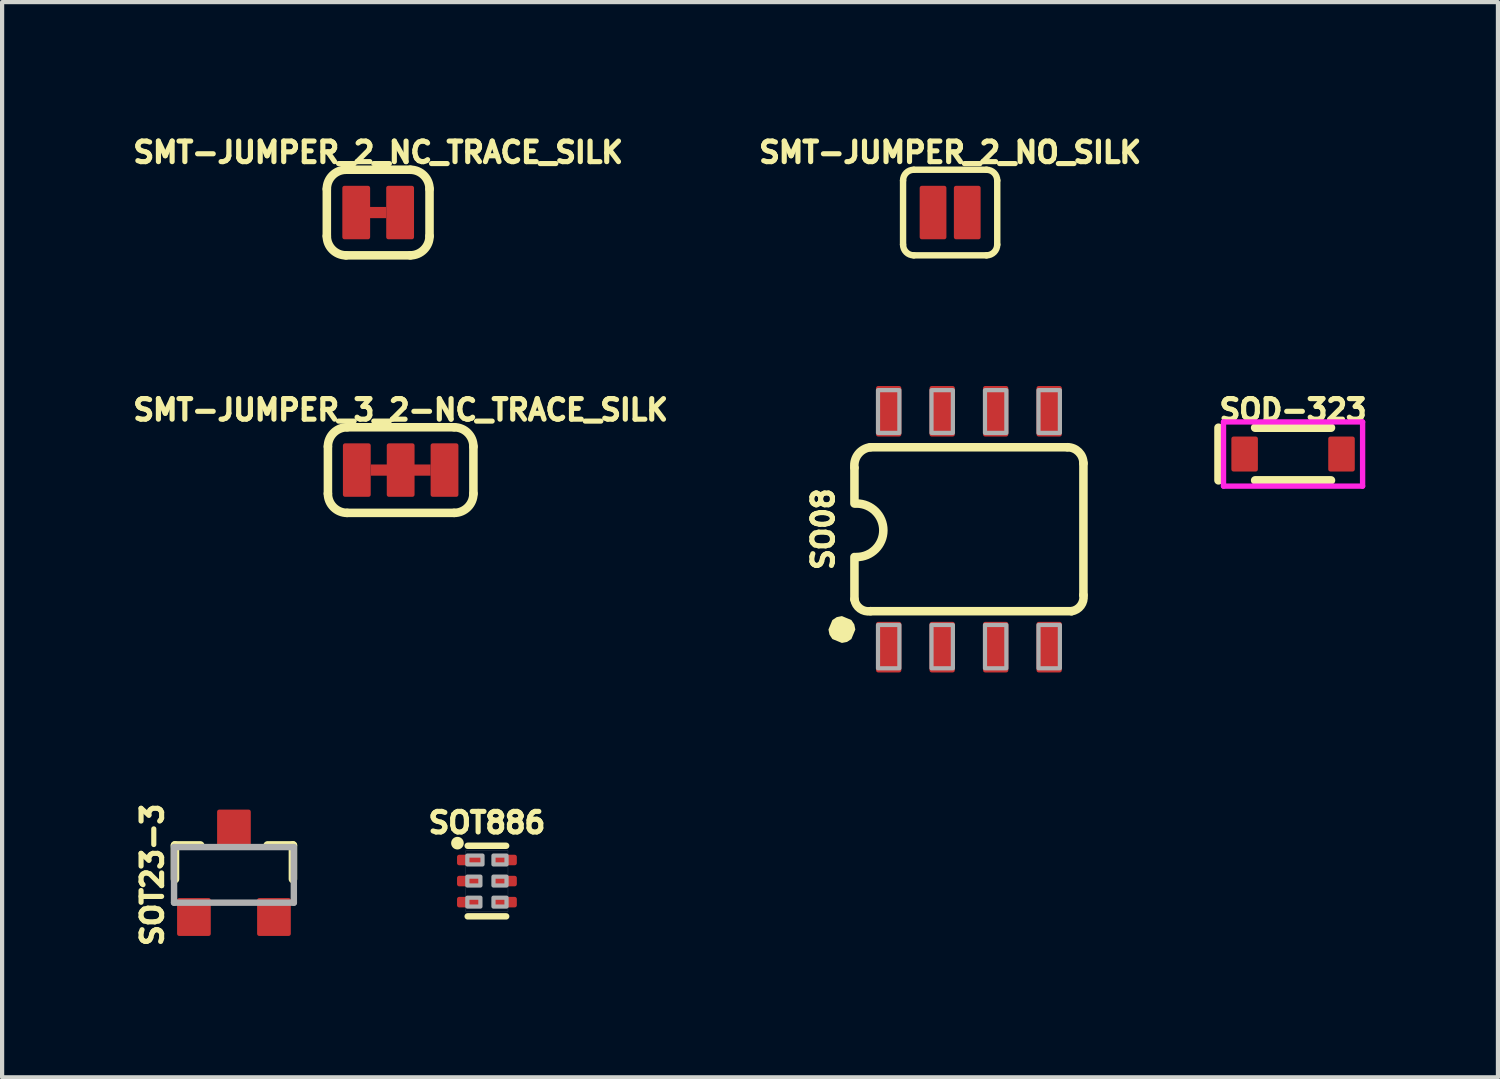
<source format=kicad_pcb>
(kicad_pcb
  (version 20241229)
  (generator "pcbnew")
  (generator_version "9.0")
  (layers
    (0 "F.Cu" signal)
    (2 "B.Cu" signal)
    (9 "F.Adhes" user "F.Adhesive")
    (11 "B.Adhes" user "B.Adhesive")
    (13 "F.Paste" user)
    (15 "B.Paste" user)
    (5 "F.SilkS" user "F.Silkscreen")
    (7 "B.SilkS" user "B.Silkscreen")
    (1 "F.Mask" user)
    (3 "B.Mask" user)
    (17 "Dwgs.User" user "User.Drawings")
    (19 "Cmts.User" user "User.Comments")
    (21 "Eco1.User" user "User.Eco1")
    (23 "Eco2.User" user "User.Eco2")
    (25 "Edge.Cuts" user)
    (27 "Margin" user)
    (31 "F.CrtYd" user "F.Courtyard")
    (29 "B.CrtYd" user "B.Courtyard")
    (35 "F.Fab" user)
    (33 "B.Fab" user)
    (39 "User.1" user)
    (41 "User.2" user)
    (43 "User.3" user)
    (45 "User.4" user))
  (footprint "SOT23-3"
    (layer "F.Cu")
    (at 2.504 17.72)
    (property "Reference" "SOT23-3" (at -1.651 0 90) (unlocked yes) (layer "F.SilkS") (effects (font (size 0.488 0.488) (thickness 0.122)) (justify bottom)))
    (fp_line (start -1.4 -0.7) (end -1.4 0.1) (stroke (width 0.203) (type solid)) (layer "F.SilkS"))
    (fp_line (start -0.8 -0.7) (end -1.4 -0.7) (stroke (width 0.203) (type solid)) (layer "F.SilkS"))
    (fp_line (start 0.8 -0.7) (end 1.4 -0.7) (stroke (width 0.203) (type solid)) (layer "F.SilkS"))
    (fp_line (start 1.4 -0.7) (end 1.4 0.1) (stroke (width 0.203) (type solid)) (layer "F.SilkS"))
    (fp_line (start -1.422 -0.66) (end 1.422 -0.66) (stroke (width 0.152) (type solid)) (layer "F.Fab"))
    (fp_line (start -1.422 0.66) (end -1.422 -0.66) (stroke (width 0.152) (type solid)) (layer "F.Fab"))
    (fp_line (start 1.422 -0.66) (end 1.422 0.66) (stroke (width 0.152) (type solid)) (layer "F.Fab"))
    (fp_line (start 1.422 0.66) (end -1.422 0.66) (stroke (width 0.152) (type solid)) (layer "F.Fab"))
    (pad "1" smd roundrect (at -0.95 1) (size 0.8 0.9) (layers "F.Cu" "F.Mask" "F.Paste") (roundrect_rratio 0.064))
    (pad "2" smd roundrect (at 0.95 1) (size 0.8 0.9) (layers "F.Cu" "F.Mask" "F.Paste") (roundrect_rratio 0.064))
    (pad "3" smd roundrect (at 0 -1.1) (size 0.8 0.9) (layers "F.Cu" "F.Mask" "F.Paste") (roundrect_rratio 0.064)))
  (footprint "SMT-JUMPER_2_NO_SILK"
    (layer "F.Cu")
    (at 19.507 1.996)
    (property "Reference" "SMT-JUMPER_2_NO_SILK" (at 0 -1.143 0) (unlocked yes) (layer "F.SilkS") (effects (font (size 0.488 0.488) (thickness 0.122)) (justify bottom)))
    (fp_line (start -1.118 0.762) (end -1.118 -0.762) (stroke (width 0.152) (type solid)) (layer "F.SilkS"))
    (fp_line (start -0.864 -1.016) (end 0.864 -1.016) (stroke (width 0.152) (type solid)) (layer "F.SilkS"))
    (fp_line (start 0.864 1.016) (end -0.864 1.016) (stroke (width 0.152) (type solid)) (layer "F.SilkS"))
    (fp_line (start 1.118 0.762) (end 1.118 -0.762) (stroke (width 0.152) (type solid)) (layer "F.SilkS"))
    (fp_arc (start -1.1176 -0.762) (mid -1.043205 -0.941605) (end -0.8636 -1.016) (stroke (width 0.1524) (type solid)) (layer "F.SilkS"))
    (fp_arc (start -0.8636 1.016) (mid -1.043205 0.941605) (end -1.1176 0.762) (stroke (width 0.1524) (type solid)) (layer "F.SilkS"))
    (fp_arc (start 0.8636 -1.016) (mid 1.043205 -0.941605) (end 1.1176 -0.762) (stroke (width 0.1524) (type solid)) (layer "F.SilkS"))
    (fp_arc (start 1.1176 0.762) (mid 1.043205 0.941605) (end 0.8636 1.016) (stroke (width 0.1524) (type solid)) (layer "F.SilkS"))
    (pad "1" smd roundrect (at -0.406 0) (size 0.635 1.27) (layers "F.Cu" "F.Mask") (roundrect_rratio 0.08))
    (pad "2" smd roundrect (at 0.406 0) (size 0.635 1.27) (layers "F.Cu" "F.Mask") (roundrect_rratio 0.08)))
  (footprint "SOT886"
    (layer "F.Cu")
    (at 8.51 17.867)
    (property "Reference" "SOT886" (at 0 -1.1 0) (unlocked yes) (layer "F.SilkS") (effects (font (size 0.488 0.488) (thickness 0.122)) (justify bottom)))
    (fp_line (start -0.457 -0.838) (end 0.457 -0.838) (stroke (width 0.152) (type solid)) (layer "F.SilkS"))
    (fp_line (start -0.457 0.838) (end 0.457 0.838) (stroke (width 0.152) (type solid)) (layer "F.SilkS"))
    (fp_circle (center -0.7 -0.9) (end -0.625 -0.9) (stroke (width 0.15) (type solid)) (fill yes) (layer "F.SilkS"))
    (fp_line (start -0.5 -0.725) (end 0.5 -0.725) (stroke (width 0.003) (type solid)) (layer "F.Fab"))
    (fp_line (start -0.5 0.725) (end -0.5 -0.725) (stroke (width 0.003) (type solid)) (layer "F.Fab"))
    (fp_line (start 0.5 -0.725) (end 0.5 0.725) (stroke (width 0.003) (type solid)) (layer "F.Fab"))
    (fp_line (start 0.5 0.725) (end -0.5 0.725) (stroke (width 0.003) (type solid)) (layer "F.Fab"))
    (fp_poly (pts (xy -0.465 -0.395) (xy -0.105 -0.395) (xy -0.105 -0.605) (xy -0.465 -0.605)) (stroke (width 0.1) (type default)) (fill no) (layer "F.Fab"))
    (fp_poly (pts (xy -0.465 0.105) (xy -0.155 0.105) (xy -0.155 -0.105) (xy -0.465 -0.105)) (stroke (width 0.1) (type default)) (fill no) (layer "F.Fab"))
    (fp_poly (pts (xy -0.465 0.605) (xy -0.155 0.605) (xy -0.155 0.395) (xy -0.465 0.395)) (stroke (width 0.1) (type default)) (fill no) (layer "F.Fab"))
    (fp_poly (pts (xy 0.465 -0.605) (xy 0.155 -0.605) (xy 0.155 -0.395) (xy 0.465 -0.395)) (stroke (width 0.1) (type default)) (fill no) (layer "F.Fab"))
    (fp_poly (pts (xy 0.465 -0.105) (xy 0.155 -0.105) (xy 0.155 0.105) (xy 0.465 0.105)) (stroke (width 0.1) (type default)) (fill no) (layer "F.Fab"))
    (fp_poly (pts (xy 0.465 0.395) (xy 0.155 0.395) (xy 0.155 0.605) (xy 0.465 0.605)) (stroke (width 0.1) (type default)) (fill no) (layer "F.Fab"))
    (pad "1" smd roundrect (at -0.405 -0.5) (size 0.61 0.25) (layers "F.Cu" "F.Mask" "F.Paste") (roundrect_rratio 0.203))
    (pad "2" smd roundrect (at -0.43 0) (size 0.56 0.25) (layers "F.Cu" "F.Mask" "F.Paste") (roundrect_rratio 0.203))
    (pad "3" smd roundrect (at -0.43 0.5) (size 0.56 0.25) (layers "F.Cu" "F.Mask" "F.Paste") (roundrect_rratio 0.203))
    (pad "4" smd roundrect (at 0.43 0.5 180) (size 0.56 0.25) (layers "F.Cu" "F.Mask" "F.Paste") (roundrect_rratio 0.203))
    (pad "5" smd roundrect (at 0.43 0 180) (size 0.56 0.25) (layers "F.Cu" "F.Mask" "F.Paste") (roundrect_rratio 0.203))
    (pad "6" smd roundrect (at 0.43 -0.5 180) (size 0.56 0.25) (layers "F.Cu" "F.Mask" "F.Paste") (roundrect_rratio 0.203)))
  (footprint "SO08"
    (layer "F.Cu")
    (at 19.953 9.514)
    (property "Reference" "SO08" (at -3.175 0 90) (unlocked yes) (layer "F.SilkS") (effects (font (size 0.488 0.488) (thickness 0.122)) (justify bottom)))
    (fp_line (start -2.718 -1.453) (end -2.718 -0.61) (stroke (width 0.203) (type solid)) (layer "F.SilkS"))
    (fp_line (start -2.718 1.665) (end -2.718 0.66) (stroke (width 0.203) (type solid)) (layer "F.SilkS"))
    (fp_line (start -2.337 1.946) (end 2.437 1.946) (stroke (width 0.203) (type solid)) (layer "F.SilkS"))
    (fp_line (start 2.337 -1.946) (end -2.337 -1.946) (stroke (width 0.203) (type solid)) (layer "F.SilkS"))
    (fp_line (start 2.718 1.565) (end 2.718 -1.565) (stroke (width 0.203) (type solid)) (layer "F.SilkS"))
    (fp_arc (start -2.7178 -1.4653) (mid -2.626948 -1.784731) (end -2.3368 -1.9463) (stroke (width 0.2032) (type solid)) (layer "F.SilkS"))
    (fp_arc (start -2.667 -0.6096) (mid -2.032 0.0254) (end -2.667 0.6604) (stroke (width 0.2032) (type solid)) (layer "F.SilkS"))
    (fp_arc (start -2.336799 1.946301) (mid -2.58554 1.884767) (end -2.7178 1.6653) (stroke (width 0.2032) (type solid)) (layer "F.SilkS"))
    (fp_arc (start 2.3368 -1.9463) (mid 2.606237 -1.834736) (end 2.7178 -1.565298) (stroke (width 0.2032) (type solid)) (layer "F.SilkS"))
    (fp_arc (start 2.7178 1.5653) (mid 2.656208 1.813997) (end 2.4368 1.9463) (stroke (width 0.2032) (type solid)) (layer "F.SilkS"))
    (fp_poly (pts (xy -2.791 2.156) (xy -2.722 2.259) (xy -2.697 2.381) (xy -2.791 2.607) (xy -2.894 2.676) (xy -3.016 2.7) (xy -3.242 2.607) (xy -3.311 2.503) (xy -3.335 2.381) (xy -3.242 2.156) (xy -3.138 2.087) (xy -3.016 2.062)) (stroke (width 0) (type default)) (fill yes) (layer "F.SilkS"))
    (fp_poly (pts (xy -2.159 -2.286) (xy -1.651 -2.286) (xy -1.651 -3.302) (xy -2.159 -3.302)) (stroke (width 0.1) (type default)) (fill no) (layer "F.Fab"))
    (fp_poly (pts (xy -2.159 3.302) (xy -1.651 3.302) (xy -1.651 2.273) (xy -2.159 2.273)) (stroke (width 0.1) (type default)) (fill no) (layer "F.Fab"))
    (fp_poly (pts (xy -0.889 -2.286) (xy -0.381 -2.286) (xy -0.381 -3.302) (xy -0.889 -3.302)) (stroke (width 0.1) (type default)) (fill no) (layer "F.Fab"))
    (fp_poly (pts (xy -0.889 3.302) (xy -0.381 3.302) (xy -0.381 2.273) (xy -0.889 2.273)) (stroke (width 0.1) (type default)) (fill no) (layer "F.Fab"))
    (fp_poly (pts (xy 0.381 -2.286) (xy 0.889 -2.286) (xy 0.889 -3.302) (xy 0.381 -3.302)) (stroke (width 0.1) (type default)) (fill no) (layer "F.Fab"))
    (fp_poly (pts (xy 0.381 3.302) (xy 0.889 3.302) (xy 0.889 2.273) (xy 0.381 2.273)) (stroke (width 0.1) (type default)) (fill no) (layer "F.Fab"))
    (fp_poly (pts (xy 1.651 -2.286) (xy 2.159 -2.286) (xy 2.159 -3.302) (xy 1.651 -3.302)) (stroke (width 0.1) (type default)) (fill no) (layer "F.Fab"))
    (fp_poly (pts (xy 1.651 3.302) (xy 2.159 3.302) (xy 2.159 2.273) (xy 1.651 2.273)) (stroke (width 0.1) (type default)) (fill no) (layer "F.Fab"))
    (pad "1" smd roundrect (at -1.905 2.8) (size 0.6 1.2) (layers "F.Cu" "F.Mask" "F.Paste") (roundrect_rratio 0.085))
    (pad "2" smd roundrect (at -0.635 2.8) (size 0.6 1.2) (layers "F.Cu" "F.Mask" "F.Paste") (roundrect_rratio 0.085))
    (pad "3" smd roundrect (at 0.635 2.8) (size 0.6 1.2) (layers "F.Cu" "F.Mask" "F.Paste") (roundrect_rratio 0.085))
    (pad "4" smd roundrect (at 1.905 2.8) (size 0.6 1.2) (layers "F.Cu" "F.Mask" "F.Paste") (roundrect_rratio 0.085))
    (pad "5" smd roundrect (at 1.905 -2.8) (size 0.6 1.2) (layers "F.Cu" "F.Mask" "F.Paste") (roundrect_rratio 0.085))
    (pad "6" smd roundrect (at 0.635 -2.8) (size 0.6 1.2) (layers "F.Cu" "F.Mask" "F.Paste") (roundrect_rratio 0.085))
    (pad "7" smd roundrect (at -0.635 -2.8) (size 0.6 1.2) (layers "F.Cu" "F.Mask" "F.Paste") (roundrect_rratio 0.085))
    (pad "8" smd roundrect (at -1.905 -2.8) (size 0.6 1.2) (layers "F.Cu" "F.Mask" "F.Paste") (roundrect_rratio 0.085)))
  (footprint "SMT-JUMPER_2_NC_TRACE_SILK"
    (layer "F.Cu")
    (at 5.928 1.996)
    (property "Reference" "SMT-JUMPER_2_NC_TRACE_SILK" (at 0 -1.143 0) (unlocked yes) (layer "F.SilkS") (effects (font (size 0.488 0.488) (thickness 0.122)) (justify bottom)))
    (fp_poly (pts (xy 0.191 0.133) (xy -0.705 0.133) (xy -0.705 -0.133) (xy 0.191 -0.133)) (stroke (width 0) (type default)) (fill yes) (layer "F.Cu"))
    (fp_poly (pts (xy 0.254 0.191) (xy -0.254 0.191) (xy -0.254 -0.191) (xy 0.254 -0.191)) (stroke (width 0) (type default)) (fill yes) (layer "F.Mask"))
    (fp_line (start -1.219 0.559) (end -1.219 -0.559) (stroke (width 0.203) (type solid)) (layer "F.SilkS"))
    (fp_line (start -0.762 -1.016) (end 0.762 -1.016) (stroke (width 0.203) (type solid)) (layer "F.SilkS"))
    (fp_line (start 0.762 1.016) (end -0.762 1.016) (stroke (width 0.203) (type solid)) (layer "F.SilkS"))
    (fp_line (start 1.219 0.559) (end 1.219 -0.559) (stroke (width 0.203) (type solid)) (layer "F.SilkS"))
    (fp_arc (start -1.2192 -0.5588) (mid -1.085289 -0.882089) (end -0.762 -1.016) (stroke (width 0.2032) (type solid)) (layer "F.SilkS"))
    (fp_arc (start -0.762 1.016) (mid -1.085289 0.882089) (end -1.2192 0.5588) (stroke (width 0.2032) (type solid)) (layer "F.SilkS"))
    (fp_arc (start 0.762 -1.016) (mid 1.085289 -0.882089) (end 1.2192 -0.5588) (stroke (width 0.2032) (type solid)) (layer "F.SilkS"))
    (fp_arc (start 1.2192 0.5588) (mid 1.085289 0.882089) (end 0.762 1.016) (stroke (width 0.2032) (type solid)) (layer "F.SilkS"))
    (pad "1" smd roundrect (at -0.521 0) (size 0.66 1.27) (layers "F.Cu" "F.Mask") (roundrect_rratio 0.077))
    (pad "2" smd roundrect (at 0.521 0) (size 0.66 1.27) (layers "F.Cu" "F.Mask") (roundrect_rratio 0.077)))
  (footprint "SOD-323"
    (layer "F.Cu")
    (at 27.648 7.729)
    (property "Reference" "SOD-323" (at 0 -0.762 0) (unlocked yes) (layer "F.SilkS") (effects (font (size 0.488 0.488) (thickness 0.122)) (justify bottom)))
    (fp_line (start -1.77 -0.625) (end -1.77 0.625) (stroke (width 0.203) (type solid)) (layer "F.SilkS"))
    (fp_line (start -0.9 -0.625) (end 0.9 -0.625) (stroke (width 0.203) (type solid)) (layer "F.SilkS"))
    (fp_line (start -0.9 0.625) (end 0.9 0.625) (stroke (width 0.203) (type solid)) (layer "F.SilkS"))
    (fp_line (start -1.651 -0.762) (end 1.651 -0.762) (stroke (width 0.127) (type solid)) (layer "F.CrtYd"))
    (fp_line (start -1.651 0.762) (end -1.651 -0.762) (stroke (width 0.127) (type solid)) (layer "F.CrtYd"))
    (fp_line (start 1.651 -0.762) (end 1.651 0.762) (stroke (width 0.127) (type solid)) (layer "F.CrtYd"))
    (fp_line (start 1.651 0.762) (end -1.651 0.762) (stroke (width 0.127) (type solid)) (layer "F.CrtYd"))
    (pad "A" smd roundrect (at 1.15 0) (size 0.63 0.83) (layers "F.Cu" "F.Mask" "F.Paste") (roundrect_rratio 0.081))
    (pad "C" smd roundrect (at -1.15 0) (size 0.63 0.83) (layers "F.Cu" "F.Mask" "F.Paste") (roundrect_rratio 0.081)))
  (footprint "SMT-JUMPER_3_2-NC_TRACE_SILK"
    (layer "F.Cu")
    (at 6.462 8.11)
    (property "Reference" "SMT-JUMPER_3_2-NC_TRACE_SILK" (at 0 -1.143 0) (unlocked yes) (layer "F.SilkS") (effects (font (size 0.488 0.488) (thickness 0.122)) (justify bottom)))
    (fp_poly (pts (xy 0.711 0.133) (xy -0.711 0.133) (xy -0.711 -0.133) (xy 0.711 -0.133)) (stroke (width 0) (type default)) (fill yes) (layer "F.Cu"))
    (fp_poly (pts (xy -0.254 0.191) (xy -0.762 0.191) (xy -0.762 -0.191) (xy -0.254 -0.191)) (stroke (width 0) (type default)) (fill yes) (layer "F.Mask"))
    (fp_poly (pts (xy 0.762 0.191) (xy 0.254 0.191) (xy 0.254 -0.191) (xy 0.762 -0.191)) (stroke (width 0) (type default)) (fill yes) (layer "F.Mask"))
    (fp_line (start -1.727 0.559) (end -1.727 -0.559) (stroke (width 0.203) (type solid)) (layer "F.SilkS"))
    (fp_line (start -1.27 -1.016) (end 1.27 -1.016) (stroke (width 0.203) (type solid)) (layer "F.SilkS"))
    (fp_line (start 1.27 1.016) (end -1.27 1.016) (stroke (width 0.203) (type solid)) (layer "F.SilkS"))
    (fp_line (start 1.727 0.559) (end 1.727 -0.559) (stroke (width 0.203) (type solid)) (layer "F.SilkS"))
    (fp_arc (start -1.7272 -0.5588) (mid -1.593289 -0.882089) (end -1.27 -1.016) (stroke (width 0.2032) (type solid)) (layer "F.SilkS"))
    (fp_arc (start -1.27 1.016) (mid -1.593289 0.882089) (end -1.7272 0.5588) (stroke (width 0.2032) (type solid)) (layer "F.SilkS"))
    (fp_arc (start 1.27 -1.016) (mid 1.593289 -0.882089) (end 1.7272 -0.5588) (stroke (width 0.2032) (type solid)) (layer "F.SilkS"))
    (fp_arc (start 1.7272 0.5588) (mid 1.593289 0.882089) (end 1.27 1.016) (stroke (width 0.2032) (type solid)) (layer "F.SilkS"))
    (pad "1" smd roundrect (at -1.041 0) (size 0.66 1.27) (layers "F.Cu" "F.Mask") (roundrect_rratio 0.077))
    (pad "2" smd roundrect (at 0 0) (size 0.66 1.27) (layers "F.Cu" "F.Mask") (roundrect_rratio 0.077))
    (pad "3" smd roundrect (at 1.041 0) (size 0.66 1.27) (layers "F.Cu" "F.Mask") (roundrect_rratio 0.077)))
  (gr_rect
    (start -3 -3)
    (end 32.512 22.526)
    (stroke (width 0.1) (type default))
    (fill no)
    (layer "Edge.Cuts")))
</source>
